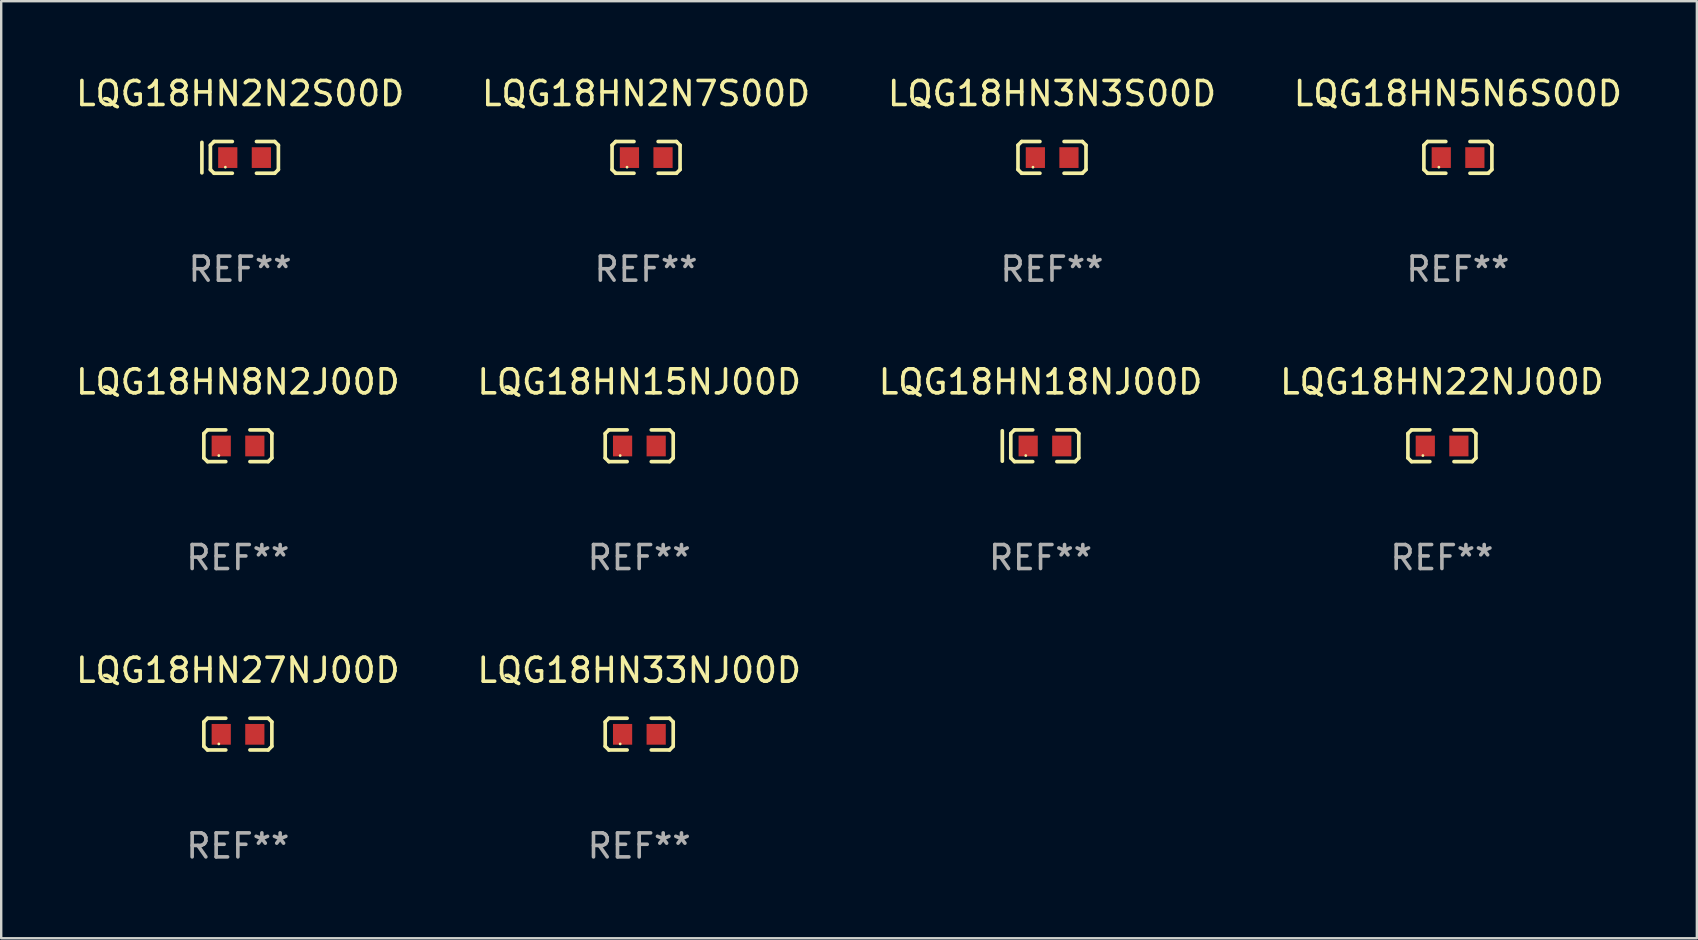
<source format=kicad_pcb>
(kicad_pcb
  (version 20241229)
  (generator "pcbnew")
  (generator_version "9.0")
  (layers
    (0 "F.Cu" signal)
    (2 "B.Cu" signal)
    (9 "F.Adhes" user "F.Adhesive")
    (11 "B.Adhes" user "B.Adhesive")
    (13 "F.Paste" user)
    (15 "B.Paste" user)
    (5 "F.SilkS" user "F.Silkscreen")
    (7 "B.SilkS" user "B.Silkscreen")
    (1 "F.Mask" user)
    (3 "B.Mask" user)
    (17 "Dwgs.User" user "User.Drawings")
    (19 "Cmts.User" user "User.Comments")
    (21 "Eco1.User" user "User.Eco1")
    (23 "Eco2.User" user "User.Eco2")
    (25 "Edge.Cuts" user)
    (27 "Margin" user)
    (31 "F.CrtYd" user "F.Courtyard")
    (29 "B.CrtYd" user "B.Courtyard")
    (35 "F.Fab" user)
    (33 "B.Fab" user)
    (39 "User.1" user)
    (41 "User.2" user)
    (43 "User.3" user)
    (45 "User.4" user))
  (footprint "LQG18HN15NJ00D"
    (layer "F.Cu")
    (at 23.589 15.527)
    (property "Reference" "LQG18HN15NJ00D" (at 0 -2.661 0) (layer "F.SilkS") (effects (font (size 1 1) (thickness 0.15))))
    (attr through_hole)
    (fp_line (start -1.417 -0.508) (end -1.265 -0.661) (stroke (width 0.152) (type solid)) (layer "F.SilkS"))
    (fp_line (start -1.417 0.508) (end -1.417 -0.508) (stroke (width 0.152) (type solid)) (layer "F.SilkS"))
    (fp_line (start -1.265 -0.661) (end -0.503 -0.661) (stroke (width 0.152) (type solid)) (layer "F.SilkS"))
    (fp_line (start -1.265 0.661) (end -1.417 0.508) (stroke (width 0.152) (type solid)) (layer "F.SilkS"))
    (fp_line (start -1.265 0.661) (end -0.503 0.661) (stroke (width 0.152) (type solid)) (layer "F.SilkS"))
    (fp_line (start 1.265 -0.661) (end 0.503 -0.661) (stroke (width 0.152) (type solid)) (layer "F.SilkS"))
    (fp_line (start 1.265 -0.661) (end 1.417 -0.508) (stroke (width 0.152) (type solid)) (layer "F.SilkS"))
    (fp_line (start 1.265 0.661) (end 0.503 0.661) (stroke (width 0.152) (type solid)) (layer "F.SilkS"))
    (fp_line (start 1.417 -0.508) (end 1.417 0.508) (stroke (width 0.152) (type solid)) (layer "F.SilkS"))
    (fp_line (start 1.417 0.508) (end 1.265 0.661) (stroke (width 0.152) (type solid)) (layer "F.SilkS"))
    (fp_circle (center -0.793 0.409) (end -0.763 0.409) (stroke (width 0.06) (type solid)) (fill no) (layer "F.SilkS"))
    (fp_text user "REF**" (at 0 4.661 0) (layer "F.Fab") (effects (font (size 1 1) (thickness 0.15))))
    (pad "1" smd rect (at -0.693 0.009 180) (size 0.8 0.864) (layers "F.Cu" "F.Mask" "F.Paste"))
    (pad "2" smd rect (at 0.707 0.009 180) (size 0.8 0.864) (layers "F.Cu" "F.Mask" "F.Paste")))
  (footprint "LQG18HN5N6S00D"
    (layer "F.Cu")
    (at 57.708 3.509)
    (property "Reference" "LQG18HN5N6S00D" (at 0 -2.661 0) (layer "F.SilkS") (effects (font (size 1 1) (thickness 0.15))))
    (attr through_hole)
    (fp_line (start -1.417 -0.508) (end -1.265 -0.661) (stroke (width 0.152) (type solid)) (layer "F.SilkS"))
    (fp_line (start -1.417 0.508) (end -1.417 -0.508) (stroke (width 0.152) (type solid)) (layer "F.SilkS"))
    (fp_line (start -1.265 -0.661) (end -0.503 -0.661) (stroke (width 0.152) (type solid)) (layer "F.SilkS"))
    (fp_line (start -1.265 0.661) (end -1.417 0.508) (stroke (width 0.152) (type solid)) (layer "F.SilkS"))
    (fp_line (start -1.265 0.661) (end -0.503 0.661) (stroke (width 0.152) (type solid)) (layer "F.SilkS"))
    (fp_line (start 1.265 -0.661) (end 0.503 -0.661) (stroke (width 0.152) (type solid)) (layer "F.SilkS"))
    (fp_line (start 1.265 -0.661) (end 1.417 -0.508) (stroke (width 0.152) (type solid)) (layer "F.SilkS"))
    (fp_line (start 1.265 0.661) (end 0.503 0.661) (stroke (width 0.152) (type solid)) (layer "F.SilkS"))
    (fp_line (start 1.417 -0.508) (end 1.417 0.508) (stroke (width 0.152) (type solid)) (layer "F.SilkS"))
    (fp_line (start 1.417 0.508) (end 1.265 0.661) (stroke (width 0.152) (type solid)) (layer "F.SilkS"))
    (fp_circle (center -0.793 0.409) (end -0.763 0.409) (stroke (width 0.06) (type solid)) (fill no) (layer "F.SilkS"))
    (fp_text user "REF**" (at 0 4.661 0) (layer "F.Fab") (effects (font (size 1 1) (thickness 0.15))))
    (pad "1" smd rect (at -0.693 0.009 180) (size 0.8 0.864) (layers "F.Cu" "F.Mask" "F.Paste"))
    (pad "2" smd rect (at 0.707 0.009 180) (size 0.8 0.864) (layers "F.Cu" "F.Mask" "F.Paste")))
  (footprint "LQG18HN2N7S00D"
    (layer "F.Cu")
    (at 23.875 3.509)
    (property "Reference" "LQG18HN2N7S00D" (at 0 -2.661 0) (layer "F.SilkS") (effects (font (size 1 1) (thickness 0.15))))
    (attr through_hole)
    (fp_line (start -1.417 -0.508) (end -1.265 -0.661) (stroke (width 0.152) (type solid)) (layer "F.SilkS"))
    (fp_line (start -1.417 0.508) (end -1.417 -0.508) (stroke (width 0.152) (type solid)) (layer "F.SilkS"))
    (fp_line (start -1.265 -0.661) (end -0.503 -0.661) (stroke (width 0.152) (type solid)) (layer "F.SilkS"))
    (fp_line (start -1.265 0.661) (end -1.417 0.508) (stroke (width 0.152) (type solid)) (layer "F.SilkS"))
    (fp_line (start -1.265 0.661) (end -0.503 0.661) (stroke (width 0.152) (type solid)) (layer "F.SilkS"))
    (fp_line (start 1.265 -0.661) (end 0.503 -0.661) (stroke (width 0.152) (type solid)) (layer "F.SilkS"))
    (fp_line (start 1.265 -0.661) (end 1.417 -0.508) (stroke (width 0.152) (type solid)) (layer "F.SilkS"))
    (fp_line (start 1.265 0.661) (end 0.503 0.661) (stroke (width 0.152) (type solid)) (layer "F.SilkS"))
    (fp_line (start 1.417 -0.508) (end 1.417 0.508) (stroke (width 0.152) (type solid)) (layer "F.SilkS"))
    (fp_line (start 1.417 0.508) (end 1.265 0.661) (stroke (width 0.152) (type solid)) (layer "F.SilkS"))
    (fp_circle (center -0.793 0.409) (end -0.763 0.409) (stroke (width 0.06) (type solid)) (fill no) (layer "F.SilkS"))
    (fp_text user "REF**" (at 0 4.661 0) (layer "F.Fab") (effects (font (size 1 1) (thickness 0.15))))
    (pad "1" smd rect (at -0.693 0.009 180) (size 0.8 0.864) (layers "F.Cu" "F.Mask" "F.Paste"))
    (pad "2" smd rect (at 0.707 0.009 180) (size 0.8 0.864) (layers "F.Cu" "F.Mask" "F.Paste")))
  (footprint "LQG18HN2N2S00D"
    (layer "F.Cu")
    (at 6.958 3.509)
    (property "Reference" "LQG18HN2N2S00D" (at 0 -2.661 0) (layer "F.SilkS") (effects (font (size 1 1) (thickness 0.15))))
    (attr through_hole)
    (fp_line (start -1.594 -0.626) (end -1.594 0.644) (stroke (width 0.152) (type solid)) (layer "F.SilkS"))
    (fp_line (start -1.24 -0.508) (end -1.088 -0.661) (stroke (width 0.152) (type solid)) (layer "F.SilkS"))
    (fp_line (start -1.24 0.508) (end -1.24 -0.508) (stroke (width 0.152) (type solid)) (layer "F.SilkS"))
    (fp_line (start -1.088 -0.661) (end -0.326 -0.661) (stroke (width 0.152) (type solid)) (layer "F.SilkS"))
    (fp_line (start -1.088 0.661) (end -1.24 0.508) (stroke (width 0.152) (type solid)) (layer "F.SilkS"))
    (fp_line (start -1.088 0.661) (end -0.326 0.661) (stroke (width 0.152) (type solid)) (layer "F.SilkS"))
    (fp_line (start 1.442 -0.661) (end 0.68 -0.661) (stroke (width 0.152) (type solid)) (layer "F.SilkS"))
    (fp_line (start 1.442 -0.661) (end 1.594 -0.508) (stroke (width 0.152) (type solid)) (layer "F.SilkS"))
    (fp_line (start 1.442 0.661) (end 0.68 0.661) (stroke (width 0.152) (type solid)) (layer "F.SilkS"))
    (fp_line (start 1.594 -0.508) (end 1.594 0.508) (stroke (width 0.152) (type solid)) (layer "F.SilkS"))
    (fp_line (start 1.594 0.508) (end 1.442 0.661) (stroke (width 0.152) (type solid)) (layer "F.SilkS"))
    (fp_circle (center -0.616 0.409) (end -0.586 0.409) (stroke (width 0.06) (type solid)) (fill no) (layer "F.SilkS"))
    (fp_text user "REF**" (at 0 4.661 0) (layer "F.Fab") (effects (font (size 1 1) (thickness 0.15))))
    (pad "1" smd rect (at -0.516 0.009 180) (size 0.8 0.864) (layers "F.Cu" "F.Mask" "F.Paste"))
    (pad "2" smd rect (at 0.884 0.009 180) (size 0.8 0.864) (layers "F.Cu" "F.Mask" "F.Paste")))
  (footprint "LQG18HN22NJ00D"
    (layer "F.Cu")
    (at 57.042 15.527)
    (property "Reference" "LQG18HN22NJ00D" (at 0 -2.661 0) (layer "F.SilkS") (effects (font (size 1 1) (thickness 0.15))))
    (attr through_hole)
    (fp_line (start -1.417 -0.508) (end -1.265 -0.661) (stroke (width 0.152) (type solid)) (layer "F.SilkS"))
    (fp_line (start -1.417 0.508) (end -1.417 -0.508) (stroke (width 0.152) (type solid)) (layer "F.SilkS"))
    (fp_line (start -1.265 -0.661) (end -0.503 -0.661) (stroke (width 0.152) (type solid)) (layer "F.SilkS"))
    (fp_line (start -1.265 0.661) (end -1.417 0.508) (stroke (width 0.152) (type solid)) (layer "F.SilkS"))
    (fp_line (start -1.265 0.661) (end -0.503 0.661) (stroke (width 0.152) (type solid)) (layer "F.SilkS"))
    (fp_line (start 1.265 -0.661) (end 0.503 -0.661) (stroke (width 0.152) (type solid)) (layer "F.SilkS"))
    (fp_line (start 1.265 -0.661) (end 1.417 -0.508) (stroke (width 0.152) (type solid)) (layer "F.SilkS"))
    (fp_line (start 1.265 0.661) (end 0.503 0.661) (stroke (width 0.152) (type solid)) (layer "F.SilkS"))
    (fp_line (start 1.417 -0.508) (end 1.417 0.508) (stroke (width 0.152) (type solid)) (layer "F.SilkS"))
    (fp_line (start 1.417 0.508) (end 1.265 0.661) (stroke (width 0.152) (type solid)) (layer "F.SilkS"))
    (fp_circle (center -0.793 0.409) (end -0.763 0.409) (stroke (width 0.06) (type solid)) (fill no) (layer "F.SilkS"))
    (fp_text user "REF**" (at 0 4.661 0) (layer "F.Fab") (effects (font (size 1 1) (thickness 0.15))))
    (pad "1" smd rect (at -0.693 0.009 180) (size 0.8 0.864) (layers "F.Cu" "F.Mask" "F.Paste"))
    (pad "2" smd rect (at 0.707 0.009 180) (size 0.8 0.864) (layers "F.Cu" "F.Mask" "F.Paste")))
  (footprint "LQG18HN8N2J00D"
    (layer "F.Cu")
    (at 6.863 15.527)
    (property "Reference" "LQG18HN8N2J00D" (at 0 -2.661 0) (layer "F.SilkS") (effects (font (size 1 1) (thickness 0.15))))
    (attr through_hole)
    (fp_line (start -1.417 -0.508) (end -1.265 -0.661) (stroke (width 0.152) (type solid)) (layer "F.SilkS"))
    (fp_line (start -1.417 0.508) (end -1.417 -0.508) (stroke (width 0.152) (type solid)) (layer "F.SilkS"))
    (fp_line (start -1.265 -0.661) (end -0.503 -0.661) (stroke (width 0.152) (type solid)) (layer "F.SilkS"))
    (fp_line (start -1.265 0.661) (end -1.417 0.508) (stroke (width 0.152) (type solid)) (layer "F.SilkS"))
    (fp_line (start -1.265 0.661) (end -0.503 0.661) (stroke (width 0.152) (type solid)) (layer "F.SilkS"))
    (fp_line (start 1.265 -0.661) (end 0.503 -0.661) (stroke (width 0.152) (type solid)) (layer "F.SilkS"))
    (fp_line (start 1.265 -0.661) (end 1.417 -0.508) (stroke (width 0.152) (type solid)) (layer "F.SilkS"))
    (fp_line (start 1.265 0.661) (end 0.503 0.661) (stroke (width 0.152) (type solid)) (layer "F.SilkS"))
    (fp_line (start 1.417 -0.508) (end 1.417 0.508) (stroke (width 0.152) (type solid)) (layer "F.SilkS"))
    (fp_line (start 1.417 0.508) (end 1.265 0.661) (stroke (width 0.152) (type solid)) (layer "F.SilkS"))
    (fp_circle (center -0.793 0.409) (end -0.763 0.409) (stroke (width 0.06) (type solid)) (fill no) (layer "F.SilkS"))
    (fp_text user "REF**" (at 0 4.661 0) (layer "F.Fab") (effects (font (size 1 1) (thickness 0.15))))
    (pad "1" smd rect (at -0.693 0.009 180) (size 0.8 0.864) (layers "F.Cu" "F.Mask" "F.Paste"))
    (pad "2" smd rect (at 0.707 0.009 180) (size 0.8 0.864) (layers "F.Cu" "F.Mask" "F.Paste")))
  (footprint "LQG18HN3N3S00D"
    (layer "F.Cu")
    (at 40.792 3.509)
    (property "Reference" "LQG18HN3N3S00D" (at 0 -2.661 0) (layer "F.SilkS") (effects (font (size 1 1) (thickness 0.15))))
    (attr through_hole)
    (fp_line (start -1.417 -0.508) (end -1.265 -0.661) (stroke (width 0.152) (type solid)) (layer "F.SilkS"))
    (fp_line (start -1.417 0.508) (end -1.417 -0.508) (stroke (width 0.152) (type solid)) (layer "F.SilkS"))
    (fp_line (start -1.265 -0.661) (end -0.503 -0.661) (stroke (width 0.152) (type solid)) (layer "F.SilkS"))
    (fp_line (start -1.265 0.661) (end -1.417 0.508) (stroke (width 0.152) (type solid)) (layer "F.SilkS"))
    (fp_line (start -1.265 0.661) (end -0.503 0.661) (stroke (width 0.152) (type solid)) (layer "F.SilkS"))
    (fp_line (start 1.265 -0.661) (end 0.503 -0.661) (stroke (width 0.152) (type solid)) (layer "F.SilkS"))
    (fp_line (start 1.265 -0.661) (end 1.417 -0.508) (stroke (width 0.152) (type solid)) (layer "F.SilkS"))
    (fp_line (start 1.265 0.661) (end 0.503 0.661) (stroke (width 0.152) (type solid)) (layer "F.SilkS"))
    (fp_line (start 1.417 -0.508) (end 1.417 0.508) (stroke (width 0.152) (type solid)) (layer "F.SilkS"))
    (fp_line (start 1.417 0.508) (end 1.265 0.661) (stroke (width 0.152) (type solid)) (layer "F.SilkS"))
    (fp_circle (center -0.793 0.409) (end -0.763 0.409) (stroke (width 0.06) (type solid)) (fill no) (layer "F.SilkS"))
    (fp_text user "REF**" (at 0 4.661 0) (layer "F.Fab") (effects (font (size 1 1) (thickness 0.15))))
    (pad "1" smd rect (at -0.693 0.009 180) (size 0.8 0.864) (layers "F.Cu" "F.Mask" "F.Paste"))
    (pad "2" smd rect (at 0.707 0.009 180) (size 0.8 0.864) (layers "F.Cu" "F.Mask" "F.Paste")))
  (footprint "LQG18HN33NJ00D"
    (layer "F.Cu")
    (at 23.589 27.544)
    (property "Reference" "LQG18HN33NJ00D" (at 0 -2.661 0) (layer "F.SilkS") (effects (font (size 1 1) (thickness 0.15))))
    (attr through_hole)
    (fp_line (start -1.417 -0.508) (end -1.265 -0.661) (stroke (width 0.152) (type solid)) (layer "F.SilkS"))
    (fp_line (start -1.417 0.508) (end -1.417 -0.508) (stroke (width 0.152) (type solid)) (layer "F.SilkS"))
    (fp_line (start -1.265 -0.661) (end -0.503 -0.661) (stroke (width 0.152) (type solid)) (layer "F.SilkS"))
    (fp_line (start -1.265 0.661) (end -1.417 0.508) (stroke (width 0.152) (type solid)) (layer "F.SilkS"))
    (fp_line (start -1.265 0.661) (end -0.503 0.661) (stroke (width 0.152) (type solid)) (layer "F.SilkS"))
    (fp_line (start 1.265 -0.661) (end 0.503 -0.661) (stroke (width 0.152) (type solid)) (layer "F.SilkS"))
    (fp_line (start 1.265 -0.661) (end 1.417 -0.508) (stroke (width 0.152) (type solid)) (layer "F.SilkS"))
    (fp_line (start 1.265 0.661) (end 0.503 0.661) (stroke (width 0.152) (type solid)) (layer "F.SilkS"))
    (fp_line (start 1.417 -0.508) (end 1.417 0.508) (stroke (width 0.152) (type solid)) (layer "F.SilkS"))
    (fp_line (start 1.417 0.508) (end 1.265 0.661) (stroke (width 0.152) (type solid)) (layer "F.SilkS"))
    (fp_circle (center -0.793 0.409) (end -0.763 0.409) (stroke (width 0.06) (type solid)) (fill no) (layer "F.SilkS"))
    (fp_text user "REF**" (at 0 4.661 0) (layer "F.Fab") (effects (font (size 1 1) (thickness 0.15))))
    (pad "1" smd rect (at -0.693 0.009 180) (size 0.8 0.864) (layers "F.Cu" "F.Mask" "F.Paste"))
    (pad "2" smd rect (at 0.707 0.009 180) (size 0.8 0.864) (layers "F.Cu" "F.Mask" "F.Paste")))
  (footprint "LQG18HN27NJ00D"
    (layer "F.Cu")
    (at 6.863 27.544)
    (property "Reference" "LQG18HN27NJ00D" (at 0 -2.661 0) (layer "F.SilkS") (effects (font (size 1 1) (thickness 0.15))))
    (attr through_hole)
    (fp_line (start -1.417 -0.508) (end -1.265 -0.661) (stroke (width 0.152) (type solid)) (layer "F.SilkS"))
    (fp_line (start -1.417 0.508) (end -1.417 -0.508) (stroke (width 0.152) (type solid)) (layer "F.SilkS"))
    (fp_line (start -1.265 -0.661) (end -0.503 -0.661) (stroke (width 0.152) (type solid)) (layer "F.SilkS"))
    (fp_line (start -1.265 0.661) (end -1.417 0.508) (stroke (width 0.152) (type solid)) (layer "F.SilkS"))
    (fp_line (start -1.265 0.661) (end -0.503 0.661) (stroke (width 0.152) (type solid)) (layer "F.SilkS"))
    (fp_line (start 1.265 -0.661) (end 0.503 -0.661) (stroke (width 0.152) (type solid)) (layer "F.SilkS"))
    (fp_line (start 1.265 -0.661) (end 1.417 -0.508) (stroke (width 0.152) (type solid)) (layer "F.SilkS"))
    (fp_line (start 1.265 0.661) (end 0.503 0.661) (stroke (width 0.152) (type solid)) (layer "F.SilkS"))
    (fp_line (start 1.417 -0.508) (end 1.417 0.508) (stroke (width 0.152) (type solid)) (layer "F.SilkS"))
    (fp_line (start 1.417 0.508) (end 1.265 0.661) (stroke (width 0.152) (type solid)) (layer "F.SilkS"))
    (fp_circle (center -0.793 0.409) (end -0.763 0.409) (stroke (width 0.06) (type solid)) (fill no) (layer "F.SilkS"))
    (fp_text user "REF**" (at 0 4.661 0) (layer "F.Fab") (effects (font (size 1 1) (thickness 0.15))))
    (pad "1" smd rect (at -0.693 0.009 180) (size 0.8 0.864) (layers "F.Cu" "F.Mask" "F.Paste"))
    (pad "2" smd rect (at 0.707 0.009 180) (size 0.8 0.864) (layers "F.Cu" "F.Mask" "F.Paste")))
  (footprint "LQG18HN18NJ00D"
    (layer "F.Cu")
    (at 40.315 15.527)
    (property "Reference" "LQG18HN18NJ00D" (at 0 -2.661 0) (layer "F.SilkS") (effects (font (size 1 1) (thickness 0.15))))
    (attr through_hole)
    (fp_line (start -1.594 -0.626) (end -1.594 0.644) (stroke (width 0.152) (type solid)) (layer "F.SilkS"))
    (fp_line (start -1.24 -0.508) (end -1.088 -0.661) (stroke (width 0.152) (type solid)) (layer "F.SilkS"))
    (fp_line (start -1.24 0.508) (end -1.24 -0.508) (stroke (width 0.152) (type solid)) (layer "F.SilkS"))
    (fp_line (start -1.088 -0.661) (end -0.326 -0.661) (stroke (width 0.152) (type solid)) (layer "F.SilkS"))
    (fp_line (start -1.088 0.661) (end -1.24 0.508) (stroke (width 0.152) (type solid)) (layer "F.SilkS"))
    (fp_line (start -1.088 0.661) (end -0.326 0.661) (stroke (width 0.152) (type solid)) (layer "F.SilkS"))
    (fp_line (start 1.442 -0.661) (end 0.68 -0.661) (stroke (width 0.152) (type solid)) (layer "F.SilkS"))
    (fp_line (start 1.442 -0.661) (end 1.594 -0.508) (stroke (width 0.152) (type solid)) (layer "F.SilkS"))
    (fp_line (start 1.442 0.661) (end 0.68 0.661) (stroke (width 0.152) (type solid)) (layer "F.SilkS"))
    (fp_line (start 1.594 -0.508) (end 1.594 0.508) (stroke (width 0.152) (type solid)) (layer "F.SilkS"))
    (fp_line (start 1.594 0.508) (end 1.442 0.661) (stroke (width 0.152) (type solid)) (layer "F.SilkS"))
    (fp_circle (center -0.616 0.409) (end -0.586 0.409) (stroke (width 0.06) (type solid)) (fill no) (layer "F.SilkS"))
    (fp_text user "REF**" (at 0 4.661 0) (layer "F.Fab") (effects (font (size 1 1) (thickness 0.15))))
    (pad "1" smd rect (at -0.516 0.009 180) (size 0.8 0.864) (layers "F.Cu" "F.Mask" "F.Paste"))
    (pad "2" smd rect (at 0.884 0.009 180) (size 0.8 0.864) (layers "F.Cu" "F.Mask" "F.Paste")))
  (gr_rect
    (start -3 -3)
    (end 67.667 36.053)
    (stroke (width 0.1) (type default))
    (fill no)
    (layer "Edge.Cuts")))
</source>
